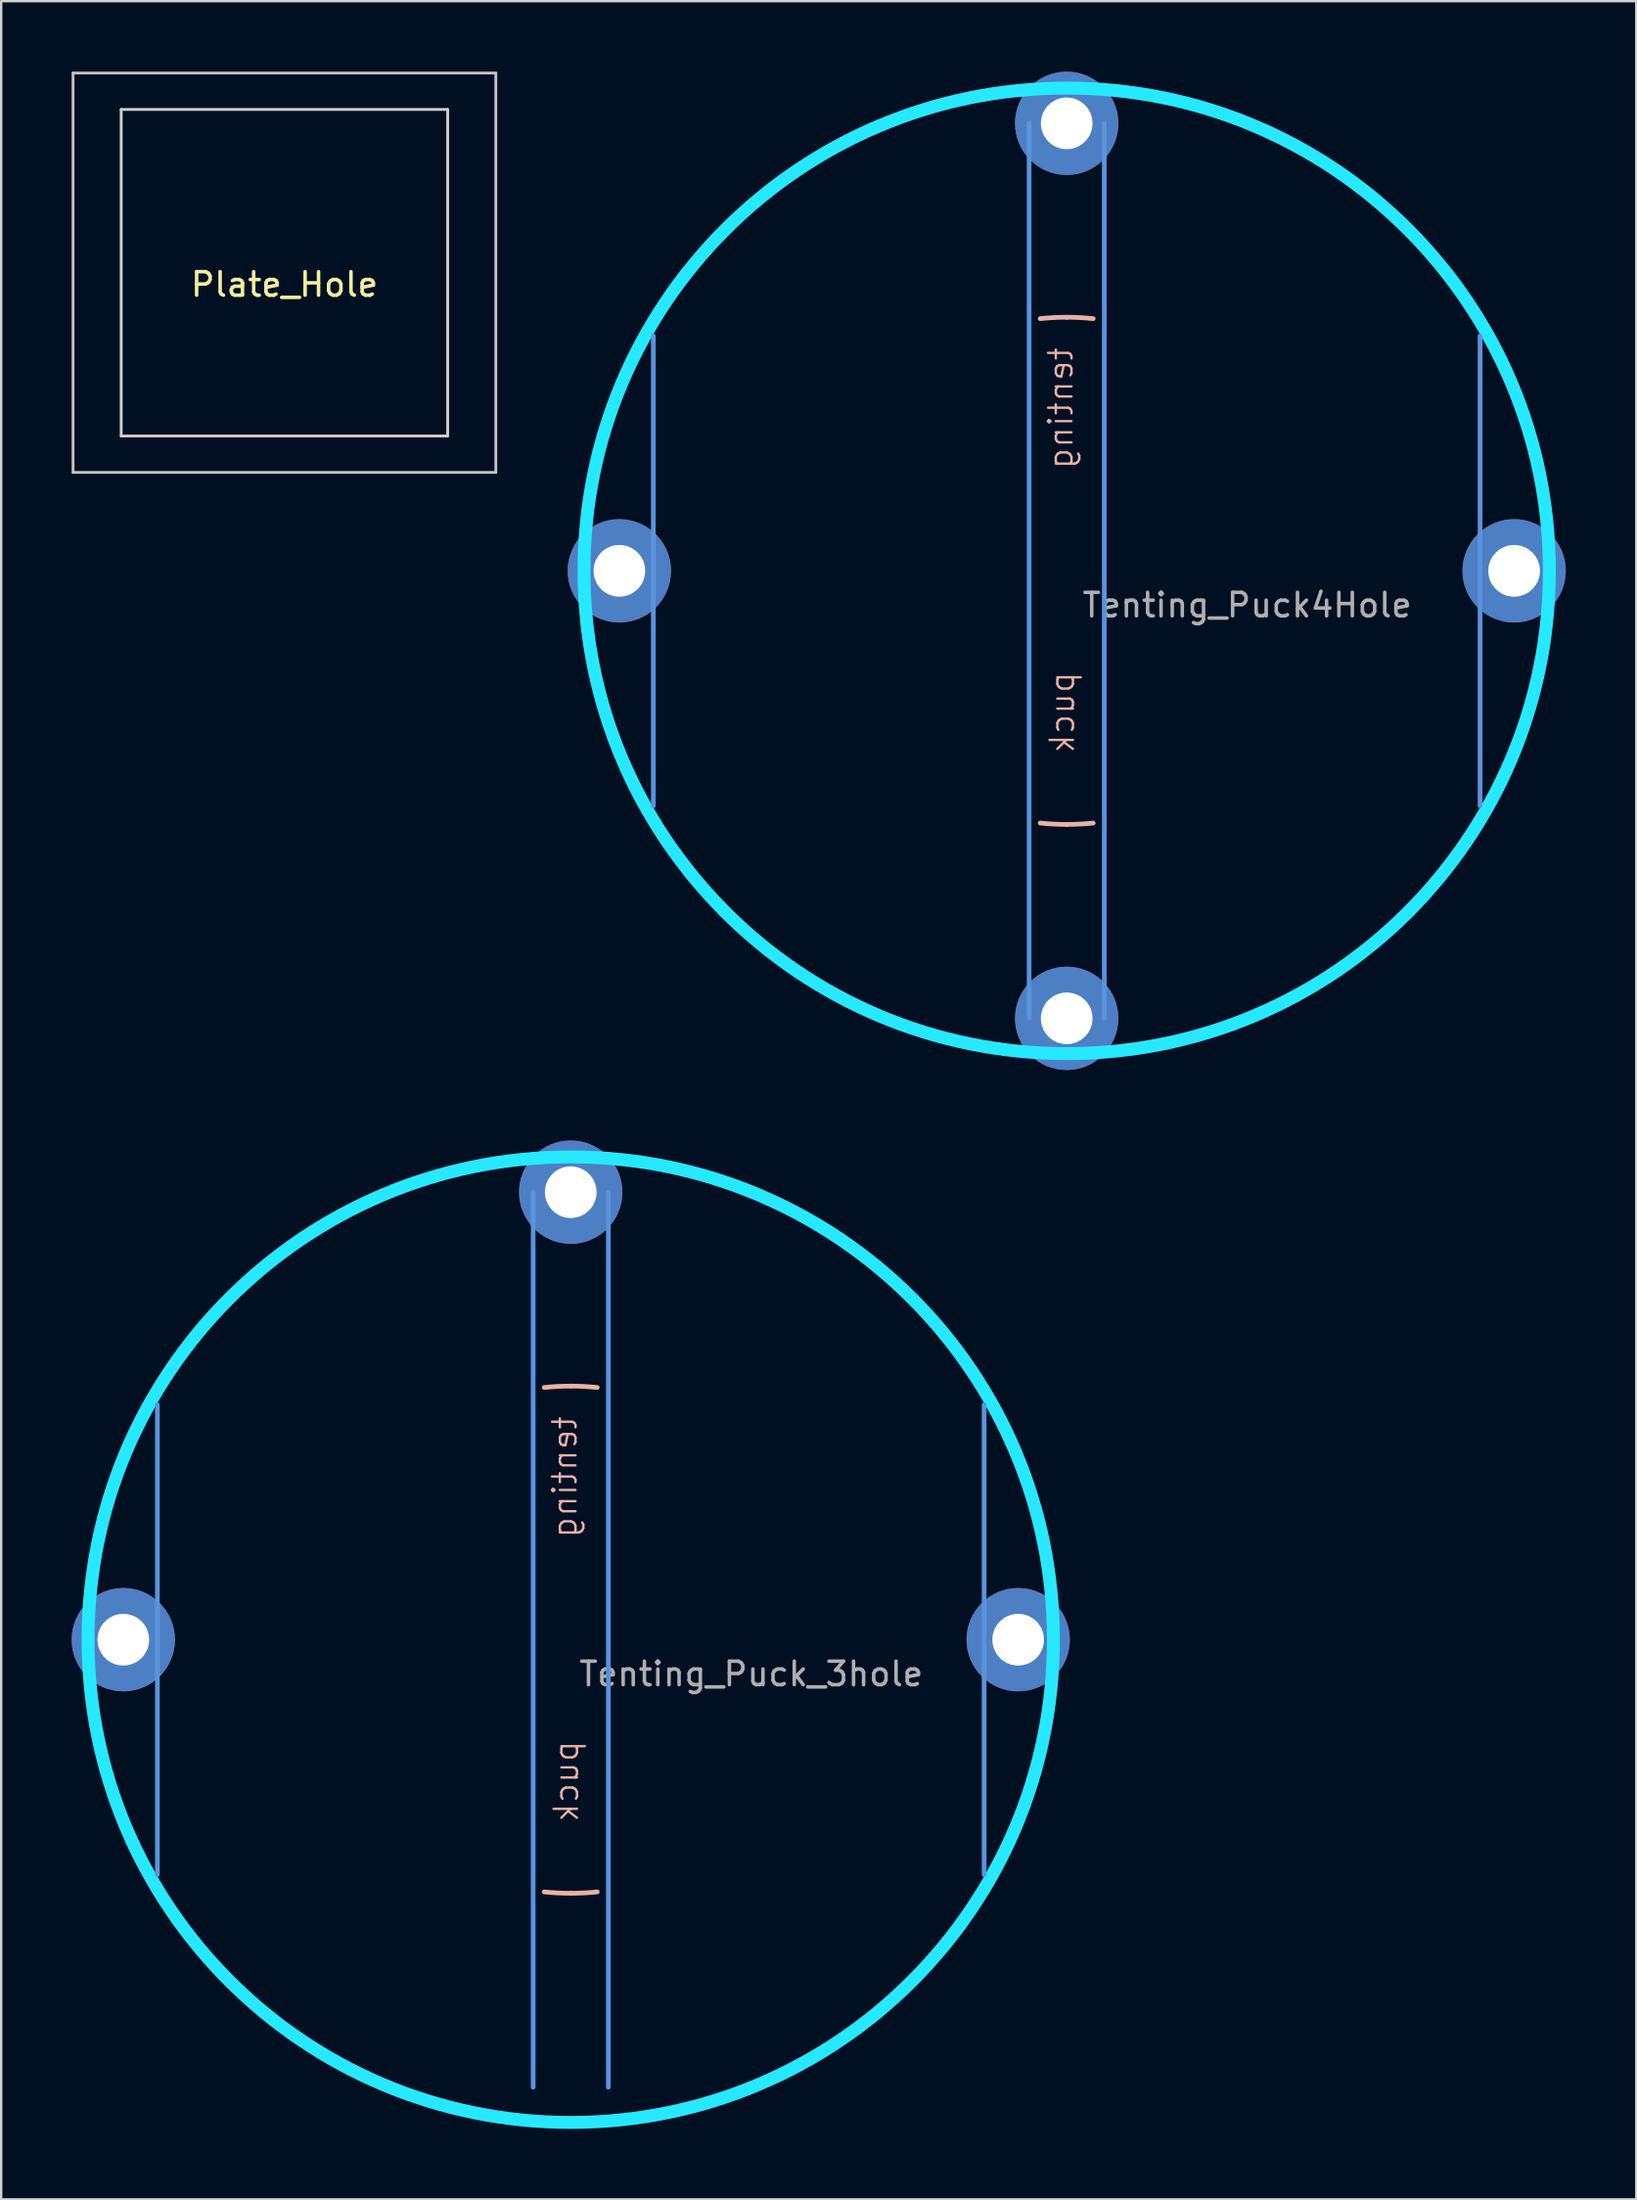
<source format=kicad_pcb>
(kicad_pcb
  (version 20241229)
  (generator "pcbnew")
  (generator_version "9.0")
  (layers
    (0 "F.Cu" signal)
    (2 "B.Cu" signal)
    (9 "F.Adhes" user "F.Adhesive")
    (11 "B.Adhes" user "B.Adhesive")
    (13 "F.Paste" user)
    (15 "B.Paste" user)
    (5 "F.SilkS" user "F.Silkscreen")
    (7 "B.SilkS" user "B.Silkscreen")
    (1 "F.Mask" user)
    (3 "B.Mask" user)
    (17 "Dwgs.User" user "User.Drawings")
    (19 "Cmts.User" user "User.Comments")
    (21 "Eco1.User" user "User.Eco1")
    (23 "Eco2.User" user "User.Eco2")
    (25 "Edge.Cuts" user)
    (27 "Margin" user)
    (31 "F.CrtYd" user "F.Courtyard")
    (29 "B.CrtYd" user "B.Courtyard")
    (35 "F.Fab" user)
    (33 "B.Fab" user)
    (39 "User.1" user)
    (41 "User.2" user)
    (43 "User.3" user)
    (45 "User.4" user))
  (footprint "Tenting_Puck_3hole"
    (layer "F.Cu")
    (at 21.25 66.75)
    (property "Reference" "Tenting_Puck_3hole" (at 7.684 1.46 180) (layer "F.Fab") (effects (font (size 1 1) (thickness 0.15))))
    (attr through_hole)
    (fp_arc (start -20.32 -2.8575) (mid -19.91151 -4.959784) (end -19.286136 -7.008044) (stroke (width 0.2) (type solid)) (layer "B.SilkS"))
    (fp_arc (start -19.286135 7.008046) (mid -19.91151 4.959785) (end -20.32 2.8575) (stroke (width 0.2) (type solid)) (layer "B.SilkS"))
    (fp_arc (start -7.008046 -19.286135) (mid -4.959785 -19.91151) (end -2.8575 -20.32) (stroke (width 0.2) (type solid)) (layer "B.SilkS"))
    (fp_arc (start -2.8575 20.32) (mid -4.959785 19.91151) (end -7.008045 19.286135) (stroke (width 0.2) (type solid)) (layer "B.SilkS"))
    (fp_arc (start -1.128385 -10.735864) (mid -0.564967 -10.780206) (end 0 -10.795) (stroke (width 0.2) (type solid)) (layer "B.SilkS"))
    (fp_arc (start 0 -10.795) (mid 0.564967 -10.780206) (end 1.128385 -10.735864) (stroke (width 0.2) (type solid)) (layer "B.SilkS"))
    (fp_arc (start 0 10.795) (mid -0.564967 10.780206) (end -1.128385 10.735864) (stroke (width 0.2) (type solid)) (layer "B.SilkS"))
    (fp_arc (start 1.128385 10.735864) (mid 0.564967 10.780206) (end 0 10.795) (stroke (width 0.2) (type solid)) (layer "B.SilkS"))
    (fp_arc (start 2.8575 -20.32) (mid 4.959787 -19.91151) (end 7.008049 -19.286134) (stroke (width 0.2) (type solid)) (layer "B.SilkS"))
    (fp_arc (start 7.008045 19.286135) (mid 4.959785 19.91151) (end 2.8575 20.32) (stroke (width 0.2) (type solid)) (layer "B.SilkS"))
    (fp_arc (start 19.286134 -7.008048) (mid 19.91151 -4.959786) (end 20.32 -2.8575) (stroke (width 0.2) (type solid)) (layer "B.SilkS"))
    (fp_arc (start 20.32 2.8575) (mid 19.91151 4.959786) (end 19.286134 7.008048) (stroke (width 0.2) (type solid)) (layer "B.SilkS"))
    (fp_line (start -17.6 10) (end -17.6 -10) (stroke (width 0.2) (type solid)) (layer "Cmts.User"))
    (fp_line (start -1.6 19.05) (end -1.6 -19.05) (stroke (width 0.2) (type solid)) (layer "Cmts.User"))
    (fp_line (start 1.6 19.05) (end 1.6 -19.05) (stroke (width 0.2) (type solid)) (layer "Cmts.User"))
    (fp_line (start 17.6 10) (end 17.6 -10) (stroke (width 0.2) (type solid)) (layer "Cmts.User"))
    (fp_circle (center 0 0) (end 20.55 0) (stroke (width 0.55) (type solid)) (fill no) (layer "B.CrtYd"))
    (fp_text user "puck" (at -0.191 6.032 90) (unlocked yes) (layer "B.SilkS") (effects (font (size 1 1) (thickness 0.1)) (justify mirror)))
    (fp_text user "tenting" (at -0.254 -6.921 90) (layer "B.SilkS") (effects (font (size 1 1) (thickness 0.1)) (justify mirror)))
    (pad "1" thru_hole circle (at -19.05 0) (size 4.4 4.4) (drill 2.2) (layers "*.Cu" "*.Mask"))
    (pad "1" thru_hole circle (at 0 -19.05) (size 4.4 4.4) (drill 2.2) (layers "*.Cu" "*.Mask"))
    (pad "1" thru_hole circle (at 19.05 0) (size 4.4 4.4) (drill 2.2) (layers "*.Cu" "*.Mask")))
  (footprint "Plate_Hole"
    (layer "F.Cu")
    (at 9.06 8.56)
    (property "Reference" "Plate_Hole" (at 0 0.5 0) (layer "F.SilkS") (effects (font (size 1 1) (thickness 0.15))))
    (attr through_hole)
    (fp_line (start -9 -8.5) (end -9 8.5) (stroke (width 0.12) (type solid)) (layer "Dwgs.User"))
    (fp_line (start -9 8.5) (end 9 8.5) (stroke (width 0.12) (type solid)) (layer "Dwgs.User"))
    (fp_line (start 9 -8.5) (end -9 -8.5) (stroke (width 0.12) (type solid)) (layer "Dwgs.User"))
    (fp_line (start 9 8.5) (end 9 -8.5) (stroke (width 0.12) (type solid)) (layer "Dwgs.User"))
    (fp_line (start -6.95 -6.95) (end 6.95 -6.95) (stroke (width 0.12) (type solid)) (layer "Edge.Cuts"))
    (fp_line (start -6.95 6.95) (end -6.95 -6.95) (stroke (width 0.12) (type solid)) (layer "Edge.Cuts"))
    (fp_line (start 6.95 -6.95) (end 6.95 6.95) (stroke (width 0.12) (type solid)) (layer "Edge.Cuts"))
    (fp_line (start 6.95 6.95) (end -6.95 6.95) (stroke (width 0.12) (type solid)) (layer "Edge.Cuts")))
  (footprint "Tenting_Puck4Hole"
    (layer "F.Cu")
    (at 42.366 21.25)
    (property "Reference" "Tenting_Puck4Hole" (at 7.684 1.46 0) (layer "F.Fab") (effects (font (size 1 1) (thickness 0.15))))
    (attr through_hole)
    (fp_arc (start -20.32 -2.8575) (mid -19.91151 -4.959784) (end -19.286136 -7.008044) (stroke (width 0.2) (type solid)) (layer "B.SilkS"))
    (fp_arc (start -19.286135 7.008046) (mid -19.91151 4.959785) (end -20.32 2.8575) (stroke (width 0.2) (type solid)) (layer "B.SilkS"))
    (fp_arc (start -7.008046 -19.286135) (mid -4.959785 -19.91151) (end -2.8575 -20.32) (stroke (width 0.2) (type solid)) (layer "B.SilkS"))
    (fp_arc (start -2.8575 20.32) (mid -4.959785 19.91151) (end -7.008045 19.286135) (stroke (width 0.2) (type solid)) (layer "B.SilkS"))
    (fp_arc (start -1.128385 -10.735864) (mid -0.564967 -10.780206) (end 0 -10.795) (stroke (width 0.2) (type solid)) (layer "B.SilkS"))
    (fp_arc (start 0 -10.795) (mid 0.564967 -10.780206) (end 1.128385 -10.735864) (stroke (width 0.2) (type solid)) (layer "B.SilkS"))
    (fp_arc (start 0 10.795) (mid -0.564967 10.780206) (end -1.128385 10.735864) (stroke (width 0.2) (type solid)) (layer "B.SilkS"))
    (fp_arc (start 1.128385 10.735864) (mid 0.564967 10.780206) (end 0 10.795) (stroke (width 0.2) (type solid)) (layer "B.SilkS"))
    (fp_arc (start 2.8575 -20.32) (mid 4.959787 -19.91151) (end 7.008049 -19.286134) (stroke (width 0.2) (type solid)) (layer "B.SilkS"))
    (fp_arc (start 7.008045 19.286135) (mid 4.959785 19.91151) (end 2.8575 20.32) (stroke (width 0.2) (type solid)) (layer "B.SilkS"))
    (fp_arc (start 19.286134 -7.008048) (mid 19.91151 -4.959786) (end 20.32 -2.8575) (stroke (width 0.2) (type solid)) (layer "B.SilkS"))
    (fp_arc (start 20.32 2.8575) (mid 19.91151 4.959786) (end 19.286134 7.008048) (stroke (width 0.2) (type solid)) (layer "B.SilkS"))
    (fp_line (start -17.6 10) (end -17.6 -10) (stroke (width 0.2) (type solid)) (layer "Cmts.User"))
    (fp_line (start -1.6 19.05) (end -1.6 -19.05) (stroke (width 0.2) (type solid)) (layer "Cmts.User"))
    (fp_line (start 1.6 19.05) (end 1.6 -19.05) (stroke (width 0.2) (type solid)) (layer "Cmts.User"))
    (fp_line (start 17.6 10) (end 17.6 -10) (stroke (width 0.2) (type solid)) (layer "Cmts.User"))
    (fp_circle (center 0 0) (end 20.55 0) (stroke (width 0.55) (type solid)) (fill no) (layer "B.CrtYd"))
    (fp_text user "tenting" (at -0.254 -6.921 90) (layer "B.SilkS") (effects (font (size 1 1) (thickness 0.1)) (justify mirror)))
    (fp_text user "puck" (at -0.191 6.032 90) (unlocked yes) (layer "B.SilkS") (effects (font (size 1 1) (thickness 0.1)) (justify mirror)))
    (pad "1" thru_hole circle (at -19.046 0.000251) (size 4.4 4.4) (drill 2.2) (layers "*.Cu" "*.Mask"))
    (pad "1" thru_hole circle (at 0 -19.05) (size 4.4 4.4) (drill 2.2) (layers "*.Cu" "*.Mask"))
    (pad "1" thru_hole circle (at 0 19.05) (size 4.4 4.4) (drill 2.2) (layers "*.Cu" "*.Mask"))
    (pad "1" thru_hole circle (at 19.05 0) (size 4.4 4.4) (drill 2.2) (layers "*.Cu" "*.Mask")))
  (gr_rect
    (start -3 -3)
    (end 66.616 90.575)
    (stroke (width 0.1) (type default))
    (fill no)
    (layer "Edge.Cuts")))
</source>
